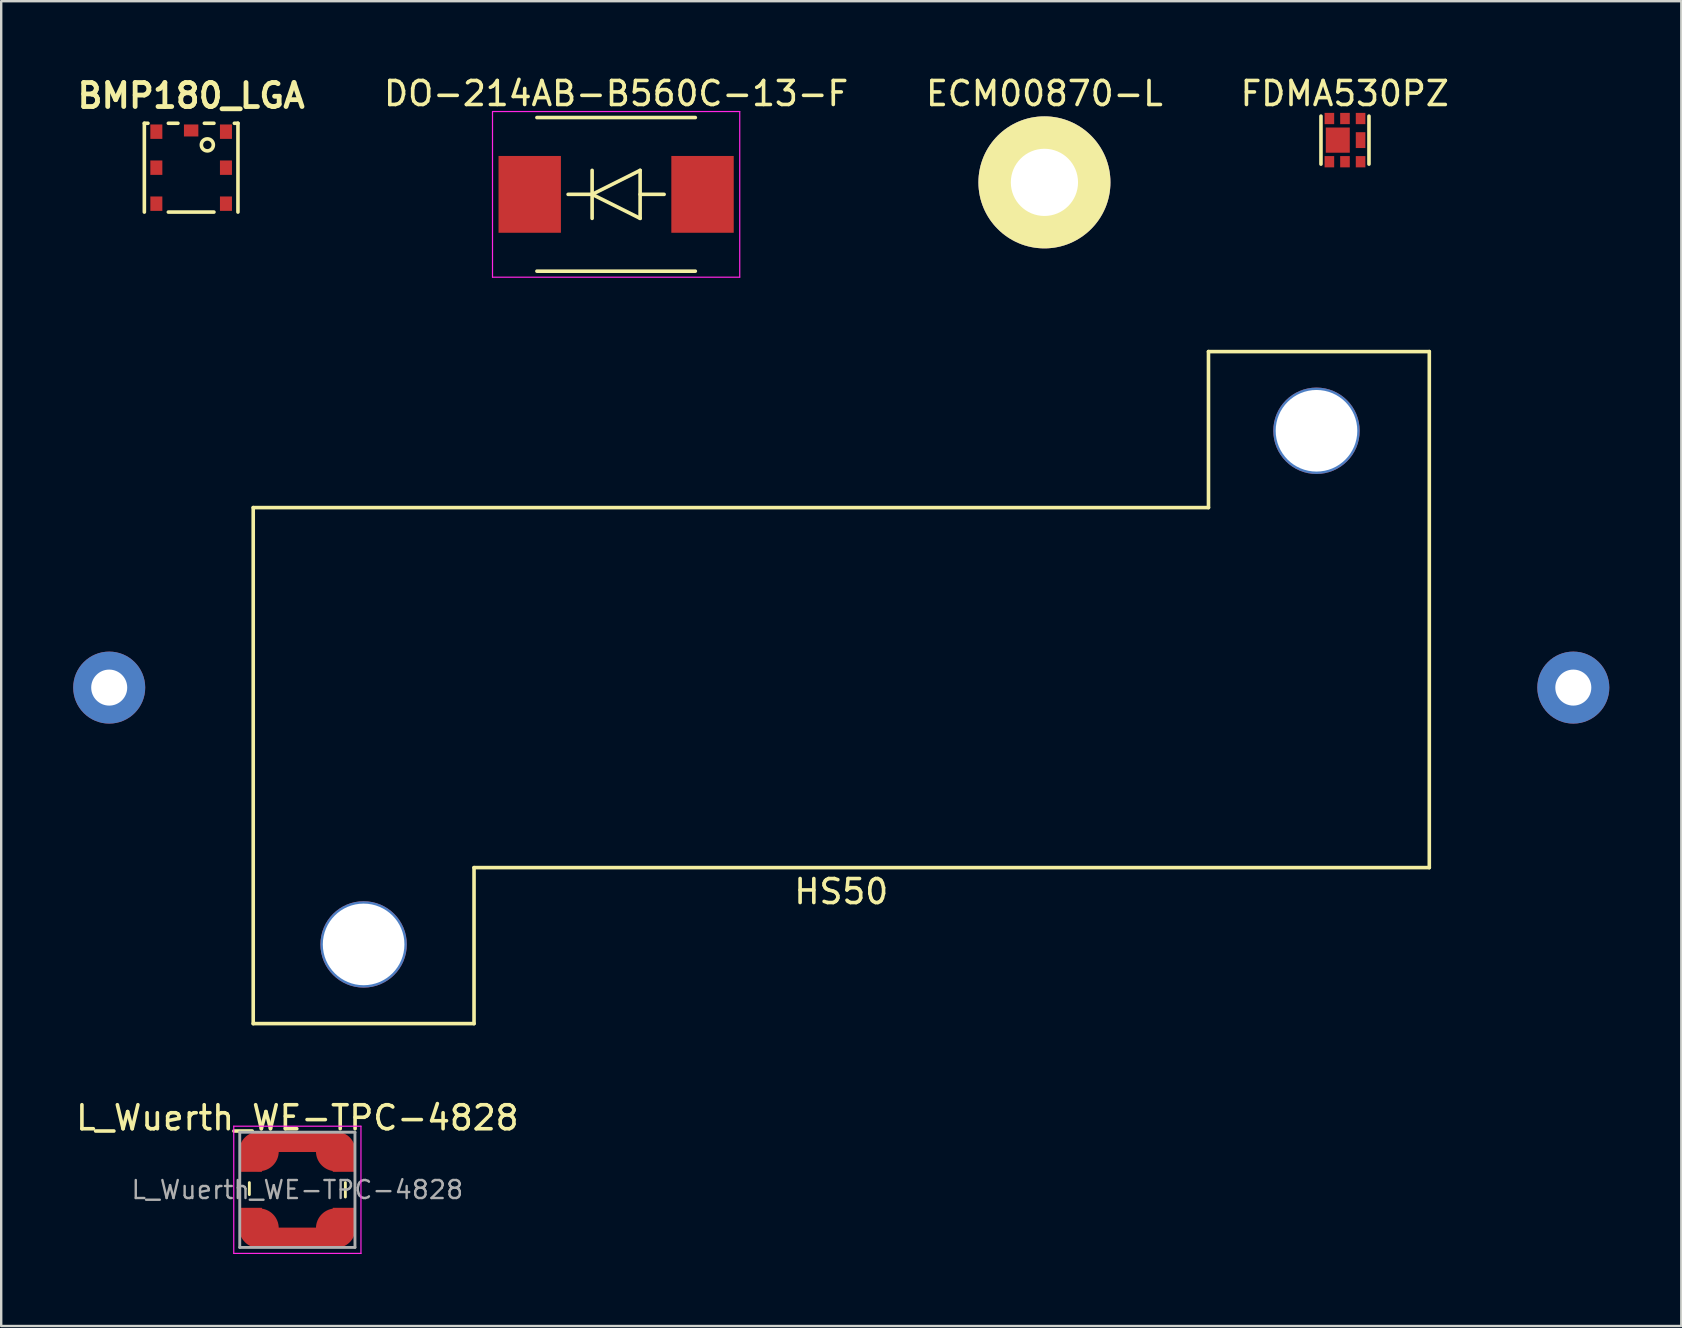
<source format=kicad_pcb>
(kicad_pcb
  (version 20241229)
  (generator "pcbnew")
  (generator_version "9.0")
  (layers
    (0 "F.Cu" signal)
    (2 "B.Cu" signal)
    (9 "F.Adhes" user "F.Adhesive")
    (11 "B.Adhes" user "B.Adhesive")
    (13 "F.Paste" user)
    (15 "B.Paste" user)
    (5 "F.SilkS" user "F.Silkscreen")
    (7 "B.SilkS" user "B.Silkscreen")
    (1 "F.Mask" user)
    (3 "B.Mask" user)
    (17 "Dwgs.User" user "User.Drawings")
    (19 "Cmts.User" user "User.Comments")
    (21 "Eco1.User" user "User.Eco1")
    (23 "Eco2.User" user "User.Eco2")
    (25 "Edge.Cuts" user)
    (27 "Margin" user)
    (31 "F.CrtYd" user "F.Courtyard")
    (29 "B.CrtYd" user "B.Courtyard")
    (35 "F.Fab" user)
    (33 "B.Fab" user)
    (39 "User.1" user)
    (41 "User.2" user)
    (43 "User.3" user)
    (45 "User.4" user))
  (footprint "HS50"
    (layer "F.Cu")
    (at 32 25.598)
    (property "Reference" "HS50" (at 0 8.5 0) (layer "F.SilkS") (effects (font (size 1 1) (thickness 0.15))))
    (attr through_hole)
    (fp_line (start -24.5 14) (end -24.5 -7.5) (stroke (width 0.15) (type solid)) (layer "F.SilkS"))
    (fp_line (start -15.3 7.5) (end -15.3 14) (stroke (width 0.15) (type solid)) (layer "F.SilkS"))
    (fp_line (start -15.3 14) (end -24.5 14) (stroke (width 0.15) (type solid)) (layer "F.SilkS"))
    (fp_line (start 15.3 -14) (end 15.3 -7.5) (stroke (width 0.15) (type solid)) (layer "F.SilkS"))
    (fp_line (start 15.3 -7.5) (end -24.5 -7.5) (stroke (width 0.15) (type solid)) (layer "F.SilkS"))
    (fp_line (start 24.5 -14) (end 15.3 -14) (stroke (width 0.15) (type solid)) (layer "F.SilkS"))
    (fp_line (start 24.5 7.5) (end -15.3 7.5) (stroke (width 0.15) (type solid)) (layer "F.SilkS"))
    (fp_line (start 24.5 7.5) (end 24.5 -14) (stroke (width 0.15) (type solid)) (layer "F.SilkS"))
    (pad "" np_thru_hole circle (at -19.9 10.7) (size 3.6 3.6) (drill 3.4) (layers "*.Cu" "*.Mask"))
    (pad "" np_thru_hole circle (at 19.8 -10.7) (size 3.6 3.6) (drill 3.4) (layers "*.Cu" "*.Mask"))
    (pad "1" thru_hole circle (at -30.5 0) (size 3 3) (drill 1.5) (layers "*.Cu" "*.Mask"))
    (pad "2" thru_hole circle (at 30.5 0) (size 3 3) (drill 1.5) (layers "*.Cu" "*.Mask")))
  (footprint "ECM00870-L"
    (layer "F.Cu")
    (at 40.465 4.548)
    (property "Reference" "ECM00870-L" (at 0 -3.7 0) (layer "F.SilkS") (effects (font (size 1 1) (thickness 0.15))))
    (attr through_hole)
    (pad "GND" thru_hole circle (at 0 0) (size 5.5 5.5) (drill 2.8) (layers "*.Cu" "*.Mask" "F.SilkS")))
  (footprint "L_Wuerth_WE-TPC-4828"
    (layer "F.Cu")
    (at 9.339 46.522)
    (property "Reference" "L_Wuerth_WE-TPC-4828" (at 0 -3 0) (layer "F.SilkS") (effects (font (size 1 1) (thickness 0.15))))
    (attr smd)
    (fp_line (start -2 -0.3) (end -2 0.2) (stroke (width 0.12) (type solid)) (layer "F.SilkS"))
    (fp_line (start 2 -0.3) (end 2 0.3) (stroke (width 0.12) (type solid)) (layer "F.SilkS"))
    (fp_line (start -2.65 -2.65) (end -2.65 2.65) (stroke (width 0.05) (type solid)) (layer "F.CrtYd"))
    (fp_line (start -2.65 2.65) (end 2.65 2.65) (stroke (width 0.05) (type solid)) (layer "F.CrtYd"))
    (fp_line (start 2.65 -2.65) (end -2.65 -2.65) (stroke (width 0.05) (type solid)) (layer "F.CrtYd"))
    (fp_line (start 2.65 2.65) (end 2.65 -2.65) (stroke (width 0.05) (type solid)) (layer "F.CrtYd"))
    (fp_line (start -2.4 -2.4) (end 2.4 -2.4) (stroke (width 0.12) (type solid)) (layer "F.Fab"))
    (fp_line (start -2.4 2.4) (end -2.4 -2.4) (stroke (width 0.12) (type solid)) (layer "F.Fab"))
    (fp_line (start 2.4 -2.4) (end 2.4 2.4) (stroke (width 0.12) (type solid)) (layer "F.Fab"))
    (fp_line (start 2.4 2.4) (end -2.4 2.4) (stroke (width 0.12) (type solid)) (layer "F.Fab"))
    (fp_text user "${REFERENCE}" (at 0 0 0) (layer "F.Fab") (effects (font (size 0.75 0.75) (thickness 0.1))))
    (pad "1" smd rect (at -1.95 -1.2) (size 0.95 0.9) (layers "F.Cu" "F.Mask" "F.Paste"))
    (pad "1" smd circle (at -1.6 -1.6) (size 1.65 1.65) (layers "F.Cu" "F.Mask" "F.Paste"))
    (pad "1" smd rect (at 0 -2) (size 2.9 0.85) (layers "F.Cu" "F.Mask" "F.Paste"))
    (pad "1" smd circle (at 1.6 -1.6) (size 1.65 1.65) (layers "F.Cu" "F.Mask" "F.Paste"))
    (pad "1" smd rect (at 1.95 -1.2) (size 0.95 0.9) (layers "F.Cu" "F.Mask" "F.Paste"))
    (pad "2" smd rect (at -1.95 1.2) (size 0.95 0.9) (layers "F.Cu" "F.Mask" "F.Paste"))
    (pad "2" smd circle (at -1.6 1.6) (size 1.65 1.65) (layers "F.Cu" "F.Mask" "F.Paste"))
    (pad "2" smd rect (at 0 2) (size 2.9 0.85) (layers "F.Cu" "F.Mask" "F.Paste"))
    (pad "2" smd circle (at 1.6 1.6) (size 1.65 1.65) (layers "F.Cu" "F.Mask" "F.Paste"))
    (pad "2" smd rect (at 1.95 1.2) (size 0.95 0.9) (layers "F.Cu" "F.Mask" "F.Paste")))
  (footprint "DO-214AB-B560C-13-F"
    (layer "F.Cu")
    (at 22.62 5.048)
    (property "Reference" "DO-214AB-B560C-13-F" (at 0 -4.2 0) (layer "F.SilkS") (effects (font (size 1 1) (thickness 0.15))))
    (attr smd)
    (fp_line (start -3.3 -3.2) (end 3.3 -3.2) (stroke (width 0.15) (type solid)) (layer "F.SilkS"))
    (fp_line (start -2 0) (end -1 0) (stroke (width 0.15) (type solid)) (layer "F.SilkS"))
    (fp_line (start -1 -1) (end -1 1) (stroke (width 0.15) (type solid)) (layer "F.SilkS"))
    (fp_line (start -1 0) (end 1 1) (stroke (width 0.15) (type solid)) (layer "F.SilkS"))
    (fp_line (start 1 -1) (end -1 0) (stroke (width 0.15) (type solid)) (layer "F.SilkS"))
    (fp_line (start 1 0) (end 2 0) (stroke (width 0.15) (type solid)) (layer "F.SilkS"))
    (fp_line (start 1 1) (end 1 -1) (stroke (width 0.15) (type solid)) (layer "F.SilkS"))
    (fp_line (start 3.3 3.2) (end -3.3 3.2) (stroke (width 0.15) (type solid)) (layer "F.SilkS"))
    (fp_line (start -5.15 -3.45) (end 5.15 -3.45) (stroke (width 0.05) (type solid)) (layer "F.CrtYd"))
    (fp_line (start -5.15 3.45) (end -5.15 -3.45) (stroke (width 0.05) (type solid)) (layer "F.CrtYd"))
    (fp_line (start 5.15 -3.45) (end 5.15 3.45) (stroke (width 0.05) (type solid)) (layer "F.CrtYd"))
    (fp_line (start 5.15 3.45) (end -5.15 3.45) (stroke (width 0.05) (type solid)) (layer "F.CrtYd"))
    (pad "1" smd rect (at -3.6 0) (size 2.6 3.2) (layers "F.Cu" "F.Mask" "F.Paste"))
    (pad "2" smd rect (at 3.6 0) (size 2.6 3.2) (layers "F.Cu" "F.Mask" "F.Paste")))
  (footprint "FDMA530PZ"
    (layer "F.Cu")
    (at 52.987 2.788)
    (property "Reference" "FDMA530PZ" (at -0.01 -1.94 0) (layer "F.SilkS") (effects (font (size 1 1) (thickness 0.15))))
    (attr through_hole)
    (fp_line (start -1 -1) (end -1 1) (stroke (width 0.15) (type solid)) (layer "F.SilkS"))
    (fp_line (start 1 1) (end 1 -1) (stroke (width 0.15) (type solid)) (layer "F.SilkS"))
    (pad "1" smd rect (at -0.65 0.9) (size 0.4 0.47) (layers "F.Cu" "F.Mask" "F.Paste"))
    (pad "2" smd rect (at 0 0.9) (size 0.4 0.47) (layers "F.Cu" "F.Mask" "F.Paste"))
    (pad "3" smd rect (at 0.65 0.9) (size 0.4 0.47) (layers "F.Cu" "F.Mask" "F.Paste"))
    (pad "4" smd rect (at 0.65 -0.9) (size 0.4 0.47) (layers "F.Cu" "F.Mask" "F.Paste"))
    (pad "5" smd rect (at 0 -0.9) (size 0.4 0.47) (layers "F.Cu" "F.Mask" "F.Paste"))
    (pad "6" smd rect (at -0.65 -0.9) (size 0.4 0.47) (layers "F.Cu" "F.Mask" "F.Paste"))
    (pad "7" smd rect (at -0.3 0) (size 1 1.05) (layers "F.Cu" "F.Mask" "F.Paste"))
    (pad "8" smd rect (at 0.65 0) (size 0.4 0.66) (layers "F.Cu" "F.Mask" "F.Paste")))
  (footprint "BMP180_LGA"
    (layer "F.Cu")
    (at 4.914 3.936)
    (property "Reference" "BMP180_LGA" (at 0 -3 0) (layer "F.SilkS") (effects (font (size 1 1) (thickness 0.2))))
    (attr through_hole)
    (fp_line (start -1.95 -1.85) (end -1.95 1.85) (stroke (width 0.15) (type solid)) (layer "F.SilkS"))
    (fp_line (start -1.95 -1.85) (end -1.8 -1.85) (stroke (width 0.15) (type solid)) (layer "F.SilkS"))
    (fp_line (start -0.95 -1.85) (end -0.55 -1.85) (stroke (width 0.15) (type solid)) (layer "F.SilkS"))
    (fp_line (start -0.95 1.85) (end 0.95 1.85) (stroke (width 0.15) (type solid)) (layer "F.SilkS"))
    (fp_line (start 0.55 -1.85) (end 0.95 -1.85) (stroke (width 0.15) (type solid)) (layer "F.SilkS"))
    (fp_line (start 1.95 -1.85) (end 1.8 -1.85) (stroke (width 0.15) (type solid)) (layer "F.SilkS"))
    (fp_line (start 1.95 -1.85) (end 1.95 1.85) (stroke (width 0.15) (type solid)) (layer "F.SilkS"))
    (fp_circle (center 0.675 -0.95) (end 0.675 -0.7) (stroke (width 0.15) (type solid)) (fill no) (layer "F.SilkS"))
    (pad "1" smd rect (at -1.45 -1.5) (size 0.5 0.6) (layers "F.Cu" "F.Mask" "F.Paste"))
    (pad "2" smd rect (at -1.45 0) (size 0.5 0.6) (layers "F.Cu" "F.Mask" "F.Paste"))
    (pad "3" smd rect (at -1.45 1.5) (size 0.5 0.6) (layers "F.Cu" "F.Mask" "F.Paste"))
    (pad "4" smd rect (at 1.45 1.5) (size 0.5 0.6) (layers "F.Cu" "F.Mask" "F.Paste"))
    (pad "5" smd rect (at 1.45 0) (size 0.5 0.6) (layers "F.Cu" "F.Mask" "F.Paste"))
    (pad "6" smd rect (at 1.45 -1.5) (size 0.5 0.6) (layers "F.Cu" "F.Mask" "F.Paste"))
    (pad "7" smd rect (at 0 -1.55) (size 0.6 0.5) (layers "F.Cu" "F.Mask" "F.Paste")))
  (gr_rect
    (start -3 -3)
    (end 67 52.197)
    (stroke (width 0.1) (type default))
    (fill no)
    (layer "Edge.Cuts")))
</source>
